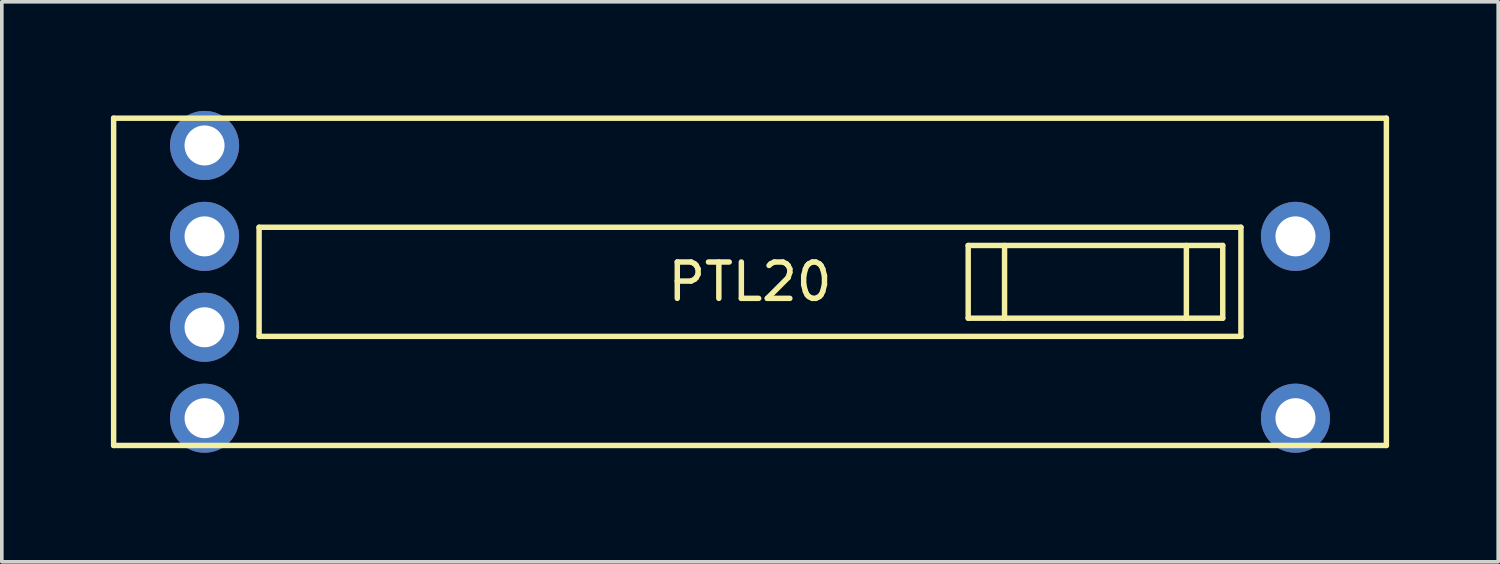
<source format=kicad_pcb>
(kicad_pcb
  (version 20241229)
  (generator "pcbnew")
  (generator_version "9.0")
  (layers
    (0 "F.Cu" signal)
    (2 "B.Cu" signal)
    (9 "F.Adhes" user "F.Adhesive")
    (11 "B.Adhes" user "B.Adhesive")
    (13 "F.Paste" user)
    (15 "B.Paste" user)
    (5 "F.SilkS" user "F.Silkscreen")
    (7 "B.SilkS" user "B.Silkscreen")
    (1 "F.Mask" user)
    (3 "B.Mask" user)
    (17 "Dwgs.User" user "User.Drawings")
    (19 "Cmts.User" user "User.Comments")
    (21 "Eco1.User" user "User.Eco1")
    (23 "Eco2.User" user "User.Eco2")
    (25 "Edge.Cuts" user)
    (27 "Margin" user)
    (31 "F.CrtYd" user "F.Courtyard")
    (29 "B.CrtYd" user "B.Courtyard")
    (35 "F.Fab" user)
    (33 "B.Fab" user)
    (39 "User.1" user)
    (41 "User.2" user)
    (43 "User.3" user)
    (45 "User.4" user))
  (footprint "PTL20"
    (layer "F.Cu")
    (at 17.575 4.7)
    (property "Reference" "PTL20" (at 0 0 0) (layer "F.SilkS") (effects (font (size 1 1) (thickness 0.15))))
    (attr through_hole)
    (fp_line (start -17.5 -4.5) (end 17.5 -4.5) (stroke (width 0.15) (type solid)) (layer "F.SilkS"))
    (fp_line (start -17.5 4.5) (end -17.5 -4.5) (stroke (width 0.15) (type solid)) (layer "F.SilkS"))
    (fp_line (start -13.5 -1.5) (end 13.5 -1.5) (stroke (width 0.15) (type solid)) (layer "F.SilkS"))
    (fp_line (start -13.5 1.5) (end -13.5 -1.5) (stroke (width 0.15) (type solid)) (layer "F.SilkS"))
    (fp_line (start 6 -1) (end 6 1) (stroke (width 0.15) (type solid)) (layer "F.SilkS"))
    (fp_line (start 6 1) (end 13 1) (stroke (width 0.15) (type solid)) (layer "F.SilkS"))
    (fp_line (start 7 -1) (end 7 1) (stroke (width 0.15) (type solid)) (layer "F.SilkS"))
    (fp_line (start 12 -1) (end 12 1) (stroke (width 0.15) (type solid)) (layer "F.SilkS"))
    (fp_line (start 13 -1) (end 6 -1) (stroke (width 0.15) (type solid)) (layer "F.SilkS"))
    (fp_line (start 13 1) (end 13 -1) (stroke (width 0.15) (type solid)) (layer "F.SilkS"))
    (fp_line (start 13.5 -1.5) (end 13.5 1.5) (stroke (width 0.15) (type solid)) (layer "F.SilkS"))
    (fp_line (start 13.5 1.5) (end -13.5 1.5) (stroke (width 0.15) (type solid)) (layer "F.SilkS"))
    (fp_line (start 17.5 -4.5) (end 17.5 4.5) (stroke (width 0.15) (type solid)) (layer "F.SilkS"))
    (fp_line (start 17.5 4.5) (end -17.5 4.5) (stroke (width 0.15) (type solid)) (layer "F.SilkS"))
    (pad "1" thru_hole circle (at -15 -3.75) (size 1.9 1.9) (drill 1.1) (layers "*.Cu" "*.Mask"))
    (pad "2" thru_hole circle (at -15 -1.25) (size 1.9 1.9) (drill 1.1) (layers "*.Cu" "*.Mask"))
    (pad "3" thru_hole circle (at -15 1.25) (size 1.9 1.9) (drill 1.1) (layers "*.Cu" "*.Mask"))
    (pad "4" thru_hole circle (at -15 3.75) (size 1.9 1.9) (drill 1.1) (layers "*.Cu" "*.Mask"))
    (pad "5" thru_hole circle (at 15 3.75) (size 1.9 1.9) (drill 1.1) (layers "*.Cu" "*.Mask"))
    (pad "6" thru_hole circle (at 15 -1.25) (size 1.9 1.9) (drill 1.1) (layers "*.Cu" "*.Mask")))
  (gr_rect
    (start -3 -3)
    (end 38.15 12.4)
    (stroke (width 0.1) (type default))
    (fill no)
    (layer "Edge.Cuts")))
</source>
